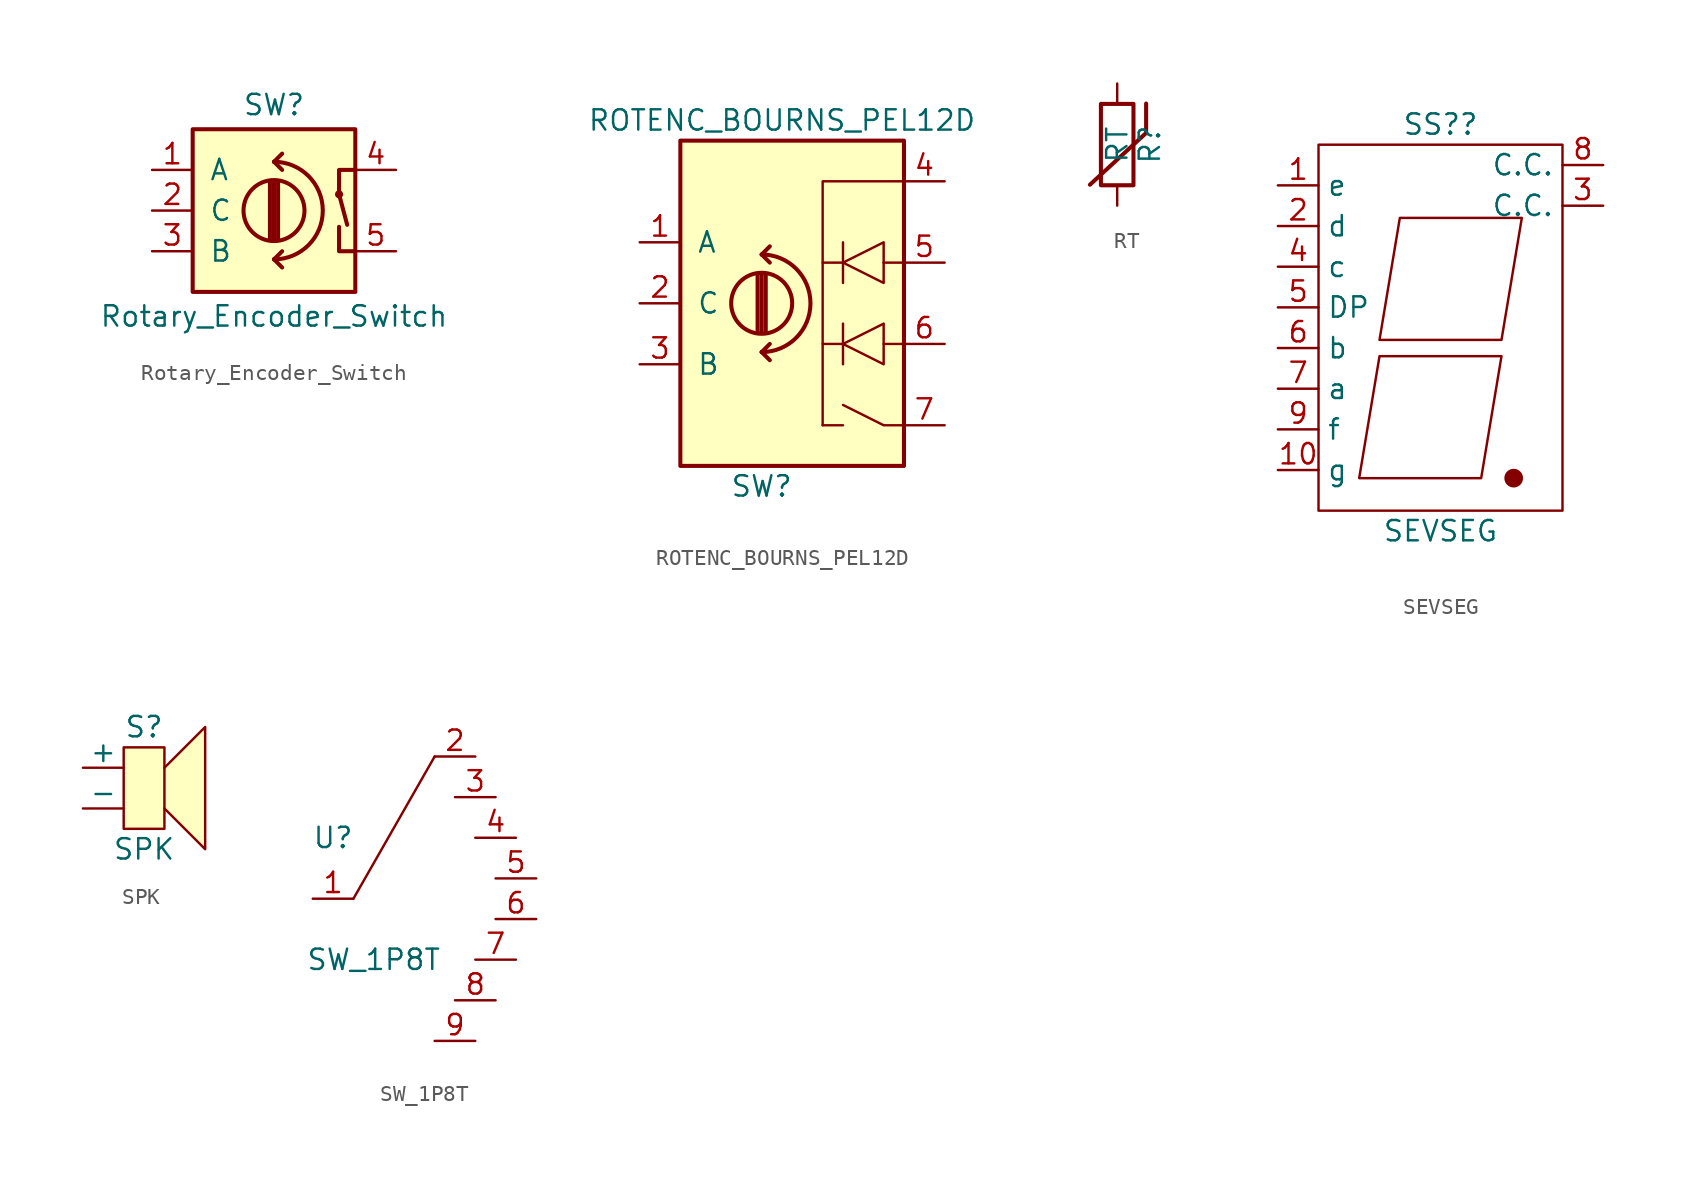
<source format=kicad_sym>
(kicad_symbol_lib
  (version 20211014)
  (generator kicad_symbol_editor)
  (symbol "Rotary_Encoder_Switch"
    (pin_names
      (offset 1.016))
    (property "Reference" "SW"
      (at 0 6.604 0)
      (effects (font (size 1.27 1.27))))
    (property "Value" "Rotary_Encoder_Switch"
      (at 0 -6.604 0)
      (effects (font (size 1.27 1.27))))
    (symbol "Rotary_Encoder_Switch_0_1"
      (rectangle (start -5.08 5.08) (end 5.08 -5.08) (stroke (width 0.254) (type default) (color 0 0 0 0)) (fill (type background)))
      (arc (start 0 -3.048) (mid 3.048 0) (end 0 3.048) (stroke (width 0.254) (type default) (color 0 0 0 0)) (fill (type none)))
      (polyline (pts (xy -0.254 -1.778) (xy -0.254 1.778)) (stroke (width 0.254) (type default) (color 0 0 0 0)) (fill (type none)))
      (polyline (pts (xy 0 -3.048) (xy 0.508 -3.556)) (stroke (width 0.254) (type default) (color 0 0 0 0)) (fill (type none)))
      (polyline (pts (xy 0 -3.048) (xy 0.508 -2.54)) (stroke (width 0.254) (type default) (color 0 0 0 0)) (fill (type none)))
      (polyline (pts (xy 0 -1.778) (xy 0 1.778)) (stroke (width 0.254) (type default) (color 0 0 0 0)) (fill (type none)))
      (polyline (pts (xy 0 3.048) (xy 0.508 2.54)) (stroke (width 0.254) (type default) (color 0 0 0 0)) (fill (type none)))
      (polyline (pts (xy 0.254 1.778) (xy 0.254 -1.778)) (stroke (width 0.254) (type default) (color 0 0 0 0)) (fill (type none)))
      (polyline (pts (xy 0.508 3.556) (xy 0 3.048)) (stroke (width 0.254) (type default) (color 0 0 0 0)) (fill (type none)))
      (polyline (pts (xy 4.064 1.016) (xy 4.572 -0.889)) (stroke (width 0.254) (type default) (color 0 0 0 0)) (fill (type none)))
      (polyline (pts (xy 5.08 -2.54) (xy 4.064 -2.54) (xy 4.064 -1.016)) (stroke (width 0.254) (type default) (color 0 0 0 0)) (fill (type none)))
      (polyline (pts (xy 5.08 2.54) (xy 4.064 2.54) (xy 4.064 1.016)) (stroke (width 0.254) (type default) (color 0 0 0 0)) (fill (type none)))
      (circle (center 0 0) (radius 1.905) (stroke (width 0.254) (type default) (color 0 0 0 0)) (fill (type none)))
      (circle (center 4.064 1.016) (radius 0.127) (stroke (width 0.254) (type default) (color 0 0 0 0)) (fill (type none))))
    (symbol "Rotary_Encoder_Switch_1_1"
      (pin input line (at -7.62 2.54 0) (length 2.54) (name "A" (effects (font (size 1.27 1.27)))) (number "1" (effects (font (size 1.27 1.27)))))
      (pin input line (at -7.62 0 0) (length 2.54) (name "C" (effects (font (size 1.27 1.27)))) (number "2" (effects (font (size 1.27 1.27)))))
      (pin input line (at -7.62 -2.54 0) (length 2.54) (name "B" (effects (font (size 1.27 1.27)))) (number "3" (effects (font (size 1.27 1.27)))))
      (pin input line (at 7.62 2.54 180) (length 2.54) (name "~" (effects (font (size 1.27 1.27)))) (number "4" (effects (font (size 1.27 1.27)))))
      (pin input line (at 7.62 -2.54 180) (length 2.54) (name "~" (effects (font (size 1.27 1.27)))) (number "5" (effects (font (size 1.27 1.27)))))))
  (symbol "ROTENC_BOURNS_PEL12D"
    (pin_names
      (offset 1.016))
    (property "Reference" "SW"
      (at 0 -11.43 0)
      (effects (font (size 1.27 1.27))))
    (property "Value" "ROTENC_BOURNS_PEL12D"
      (at 1.27 11.43 0)
      (effects (font (size 1.27 1.27))))
    (symbol "ROTENC_BOURNS_PEL12D_0_1"
      (rectangle (start -5.08 10.16) (end 8.89 -10.16) (stroke (width 0.254) (type default) (color 0 0 0 0)) (fill (type background)))
      (arc (start 0 -3.048) (mid 3.048 0) (end 0 3.048) (stroke (width 0.254) (type default) (color 0 0 0 0)) (fill (type none)))
      (polyline (pts (xy -0.254 -1.778) (xy -0.254 1.778)) (stroke (width 0.254) (type default) (color 0 0 0 0)) (fill (type none)))
      (polyline (pts (xy 0 -3.048) (xy 0.508 -3.556)) (stroke (width 0.254) (type default) (color 0 0 0 0)) (fill (type none)))
      (polyline (pts (xy 0 -3.048) (xy 0.508 -2.54)) (stroke (width 0.254) (type default) (color 0 0 0 0)) (fill (type none)))
      (polyline (pts (xy 0 -1.778) (xy 0 1.778)) (stroke (width 0.254) (type default) (color 0 0 0 0)) (fill (type none)))
      (polyline (pts (xy 0 3.048) (xy 0.508 2.54)) (stroke (width 0.254) (type default) (color 0 0 0 0)) (fill (type none)))
      (polyline (pts (xy 0.254 1.778) (xy 0.254 -1.778)) (stroke (width 0.254) (type default) (color 0 0 0 0)) (fill (type none)))
      (polyline (pts (xy 0.508 3.556) (xy 0 3.048)) (stroke (width 0.254) (type default) (color 0 0 0 0)) (fill (type none)))
      (polyline (pts (xy 3.81 -7.62) (xy 5.08 -7.62)) (stroke (width 0) (type default) (color 0 0 0 0)) (fill (type none)))
      (polyline (pts (xy 5.08 -2.54) (xy 3.81 -2.54)) (stroke (width 0) (type default) (color 0 0 0 0)) (fill (type none)))
      (polyline (pts (xy 5.08 -1.27) (xy 5.08 -3.81)) (stroke (width 0) (type default) (color 0 0 0 0)) (fill (type none)))
      (polyline (pts (xy 5.08 2.54) (xy 3.81 2.54)) (stroke (width 0) (type default) (color 0 0 0 0)) (fill (type none)))
      (polyline (pts (xy 5.08 3.81) (xy 5.08 1.27)) (stroke (width 0) (type default) (color 0 0 0 0)) (fill (type none)))
      (polyline (pts (xy 7.62 2.54) (xy 7.62 2.54)) (stroke (width 0) (type default) (color 0 0 0 0)) (fill (type none)))
      (polyline (pts (xy 8.89 -2.54) (xy 7.62 -2.54)) (stroke (width 0) (type default) (color 0 0 0 0)) (fill (type none)))
      (polyline (pts (xy 8.89 2.54) (xy 7.62 2.54)) (stroke (width 0) (type default) (color 0 0 0 0)) (fill (type none)))
      (polyline (pts (xy 8.89 -7.62) (xy 7.62 -7.62) (xy 5.08 -6.35)) (stroke (width 0) (type default) (color 0 0 0 0)) (fill (type none)))
      (polyline (pts (xy 8.89 7.62) (xy 3.81 7.62) (xy 3.81 -7.62)) (stroke (width 0) (type default) (color 0 0 0 0)) (fill (type none)))
      (polyline (pts (xy 7.62 -1.27) (xy 7.62 -3.81) (xy 5.08 -2.54) (xy 7.62 -1.27)) (stroke (width 0) (type default) (color 0 0 0 0)) (fill (type none)))
      (polyline (pts (xy 7.62 3.81) (xy 7.62 1.27) (xy 5.08 2.54) (xy 7.62 3.81)) (stroke (width 0) (type default) (color 0 0 0 0)) (fill (type none)))
      (circle (center 0 0) (radius 1.905) (stroke (width 0.254) (type default) (color 0 0 0 0)) (fill (type none))))
    (symbol "ROTENC_BOURNS_PEL12D_1_1"
      (pin passive line (at -7.62 3.81 0) (length 2.54) (name "A" (effects (font (size 1.27 1.27)))) (number "1" (effects (font (size 1.27 1.27)))))
      (pin passive line (at -7.62 0 0) (length 2.54) (name "C" (effects (font (size 1.27 1.27)))) (number "2" (effects (font (size 1.27 1.27)))))
      (pin passive line (at -7.62 -3.81 0) (length 2.54) (name "B" (effects (font (size 1.27 1.27)))) (number "3" (effects (font (size 1.27 1.27)))))
      (pin passive line (at 11.43 7.62 180) (length 2.54) (name "~" (effects (font (size 1.27 1.27)))) (number "4" (effects (font (size 1.27 1.27)))))
      (pin passive line (at 11.43 2.54 180) (length 2.54) (name "~" (effects (font (size 1.27 1.27)))) (number "5" (effects (font (size 1.27 1.27)))))
      (pin passive line (at 11.43 -2.54 180) (length 2.54) (name "~" (effects (font (size 1.27 1.27)))) (number "6" (effects (font (size 1.27 1.27)))))
      (pin passive line (at 11.43 -7.62 180) (length 2.54) (name "~" (effects (font (size 1.27 1.27)))) (number "7" (effects (font (size 1.27 1.27)))))))
  (symbol "RT"
    (pin_numbers hide)
    (pin_names
      (offset 0))
    (property "Reference" "R"
      (at 2.032 0 90)
      (effects (font (size 1.27 1.27))))
    (property "Value" "RT"
      (at 0 0 90)
      (effects (font (size 1.27 1.27))))
    (symbol "RT_0_1"
      (rectangle (start -1.016 -2.54) (end 1.016 2.54) (stroke (width 0.254) (type default) (color 0 0 0 0)) (fill (type none)))
      (polyline (pts (xy -1.702 -2.506) (xy 1.806 0.724) (xy 1.806 2.56)) (stroke (width 0.254) (type default) (color 0 0 0 0)) (fill (type none))))
    (symbol "RT_1_1"
      (pin passive line (at 0 3.81 270) (length 1.27) (name "~" (effects (font (size 1.27 1.27)))) (number "1" (effects (font (size 1.27 1.27)))))
      (pin passive line (at 0 -3.81 90) (length 1.27) (name "~" (effects (font (size 1.27 1.27)))) (number "2" (effects (font (size 1.27 1.27)))))))
  (symbol "SEVSEG"
    (property "Reference" "SS?"
      (at 0 13.97 0)
      (effects (font (size 1.27 1.27))))
    (property "Value" "SEVSEG"
      (at 0 -11.43 0)
      (effects (font (size 1.27 1.27))))
    (property "Footprint" ""
      (at 0 0 0)
      (effects (font (size 1.27 1.27))))
    (property "Datasheet" ""
      (at 0 0 0)
      (effects (font (size 1.27 1.27))))
    (symbol "SEVSEG_0_1"
      (rectangle (start -7.62 12.7) (end 7.62 -10.16) (stroke (width 0) (type default) (color 0 0 0 0)) (fill (type none)))
      (polyline (pts (xy -3.81 -0.508) (xy 3.81 -0.508) (xy 2.54 -8.128) (xy -5.08 -8.128) (xy -3.81 -0.508) (xy -3.81 -0.508)) (stroke (width 0) (type default) (color 0 0 0 0)) (fill (type none)))
      (polyline (pts (xy -2.54 8.128) (xy 5.08 8.128) (xy 3.81 0.508) (xy -3.81 0.508) (xy -2.54 8.128) (xy -2.54 8.128)) (stroke (width 0) (type default) (color 0 0 0 0)) (fill (type none)))
      (circle (center 4.572 -8.128) (radius 0.508) (stroke (width 0) (type default) (color 0 0 0 0)) (fill (type outline))))
    (symbol "SEVSEG_1_1"
      (pin input line (at -10.16 10.16 0) (length 2.54) (name "e" (effects (font (size 1.27 1.27)))) (number "1" (effects (font (size 1.27 1.27)))))
      (pin input line (at -10.16 -7.62 0) (length 2.54) (name "g" (effects (font (size 1.27 1.27)))) (number "10" (effects (font (size 1.27 1.27)))))
      (pin input line (at -10.16 7.62 0) (length 2.54) (name "d" (effects (font (size 1.27 1.27)))) (number "2" (effects (font (size 1.27 1.27)))))
      (pin input line (at 10.16 8.89 180) (length 2.54) (name "C.C." (effects (font (size 1.27 1.27)))) (number "3" (effects (font (size 1.27 1.27)))))
      (pin input line (at -10.16 5.08 0) (length 2.54) (name "c" (effects (font (size 1.27 1.27)))) (number "4" (effects (font (size 1.27 1.27)))))
      (pin input line (at -10.16 2.54 0) (length 2.54) (name "DP" (effects (font (size 1.27 1.27)))) (number "5" (effects (font (size 1.27 1.27)))))
      (pin input line (at -10.16 0 0) (length 2.54) (name "b" (effects (font (size 1.27 1.27)))) (number "6" (effects (font (size 1.27 1.27)))))
      (pin input line (at -10.16 -2.54 0) (length 2.54) (name "a" (effects (font (size 1.27 1.27)))) (number "7" (effects (font (size 1.27 1.27)))))
      (pin input line (at 10.16 11.43 180) (length 2.54) (name "C.C." (effects (font (size 1.27 1.27)))) (number "8" (effects (font (size 1.27 1.27)))))
      (pin input line (at -10.16 -5.08 0) (length 2.54) (name "f" (effects (font (size 1.27 1.27)))) (number "9" (effects (font (size 1.27 1.27)))))))
  (symbol "SPK"
    (pin_numbers hide)
    (pin_names
      (offset 0))
    (property "Reference" "S"
      (at 0 3.81 0)
      (effects (font (size 1.27 1.27))))
    (property "Value" "SPK"
      (at 0 -3.81 0)
      (effects (font (size 1.27 1.27))))
    (property "Footprint" ""
      (at 0 0 0)
      (effects (font (size 1.27 1.27))))
    (property "Datasheet" ""
      (at 0 0 0)
      (effects (font (size 1.27 1.27))))
    (symbol "SPK_0_1"
      (rectangle (start -1.27 2.54) (end 1.27 -2.54) (stroke (width 0) (type default) (color 0 0 0 0)) (fill (type background)))
      (polyline (pts (xy 1.27 1.27) (xy 3.81 3.81) (xy 3.81 -3.81) (xy 1.27 -1.27)) (stroke (width 0) (type default) (color 0 0 0 0)) (fill (type background))))
    (symbol "SPK_1_1"
      (pin passive line (at -3.81 1.27 0) (length 2.54) (name "+" (effects (font (size 1.27 1.27)))) (number "1" (effects (font (size 1.27 1.27)))))
      (pin passive line (at -3.81 -1.27 0) (length 2.54) (name "-" (effects (font (size 1.27 1.27)))) (number "2" (effects (font (size 1.27 1.27)))))))
  (symbol "SW_1P8T"
    (pin_names
      (offset 1.016))
    (property "Reference" "U"
      (at -6.35 3.81 0)
      (effects (font (size 1.27 1.27))))
    (property "Value" "SW_1P8T"
      (at -3.81 -3.81 0)
      (effects (font (size 1.27 1.27))))
    (symbol "SW_1P8T_0_1"
      (polyline (pts (xy 0 8.89) (xy -5.08 0)) (stroke (width 0) (type default) (color 0 0 0 0)) (fill (type none))))
    (symbol "SW_1P8T_1_1"
      (pin input line (at -7.62 0 0) (length 2.54) (name "~" (effects (font (size 1.27 1.27)))) (number "1" (effects (font (size 1.27 1.27)))))
      (pin input line (at 2.54 8.89 180) (length 2.54) (name "~" (effects (font (size 1.27 1.27)))) (number "2" (effects (font (size 1.27 1.27)))))
      (pin input line (at 3.81 6.35 180) (length 2.54) (name "~" (effects (font (size 1.27 1.27)))) (number "3" (effects (font (size 1.27 1.27)))))
      (pin input line (at 5.08 3.81 180) (length 2.54) (name "~" (effects (font (size 1.27 1.27)))) (number "4" (effects (font (size 1.27 1.27)))))
      (pin input line (at 6.35 1.27 180) (length 2.54) (name "~" (effects (font (size 1.27 1.27)))) (number "5" (effects (font (size 1.27 1.27)))))
      (pin input line (at 6.35 -1.27 180) (length 2.54) (name "~" (effects (font (size 1.27 1.27)))) (number "6" (effects (font (size 1.27 1.27)))))
      (pin input line (at 5.08 -3.81 180) (length 2.54) (name "~" (effects (font (size 1.27 1.27)))) (number "7" (effects (font (size 1.27 1.27)))))
      (pin input line (at 3.81 -6.35 180) (length 2.54) (name "~" (effects (font (size 1.27 1.27)))) (number "8" (effects (font (size 1.27 1.27)))))
      (pin input line (at 2.54 -8.89 180) (length 2.54) (name "~" (effects (font (size 1.27 1.27)))) (number "9" (effects (font (size 1.27 1.27))))))))
</source>
